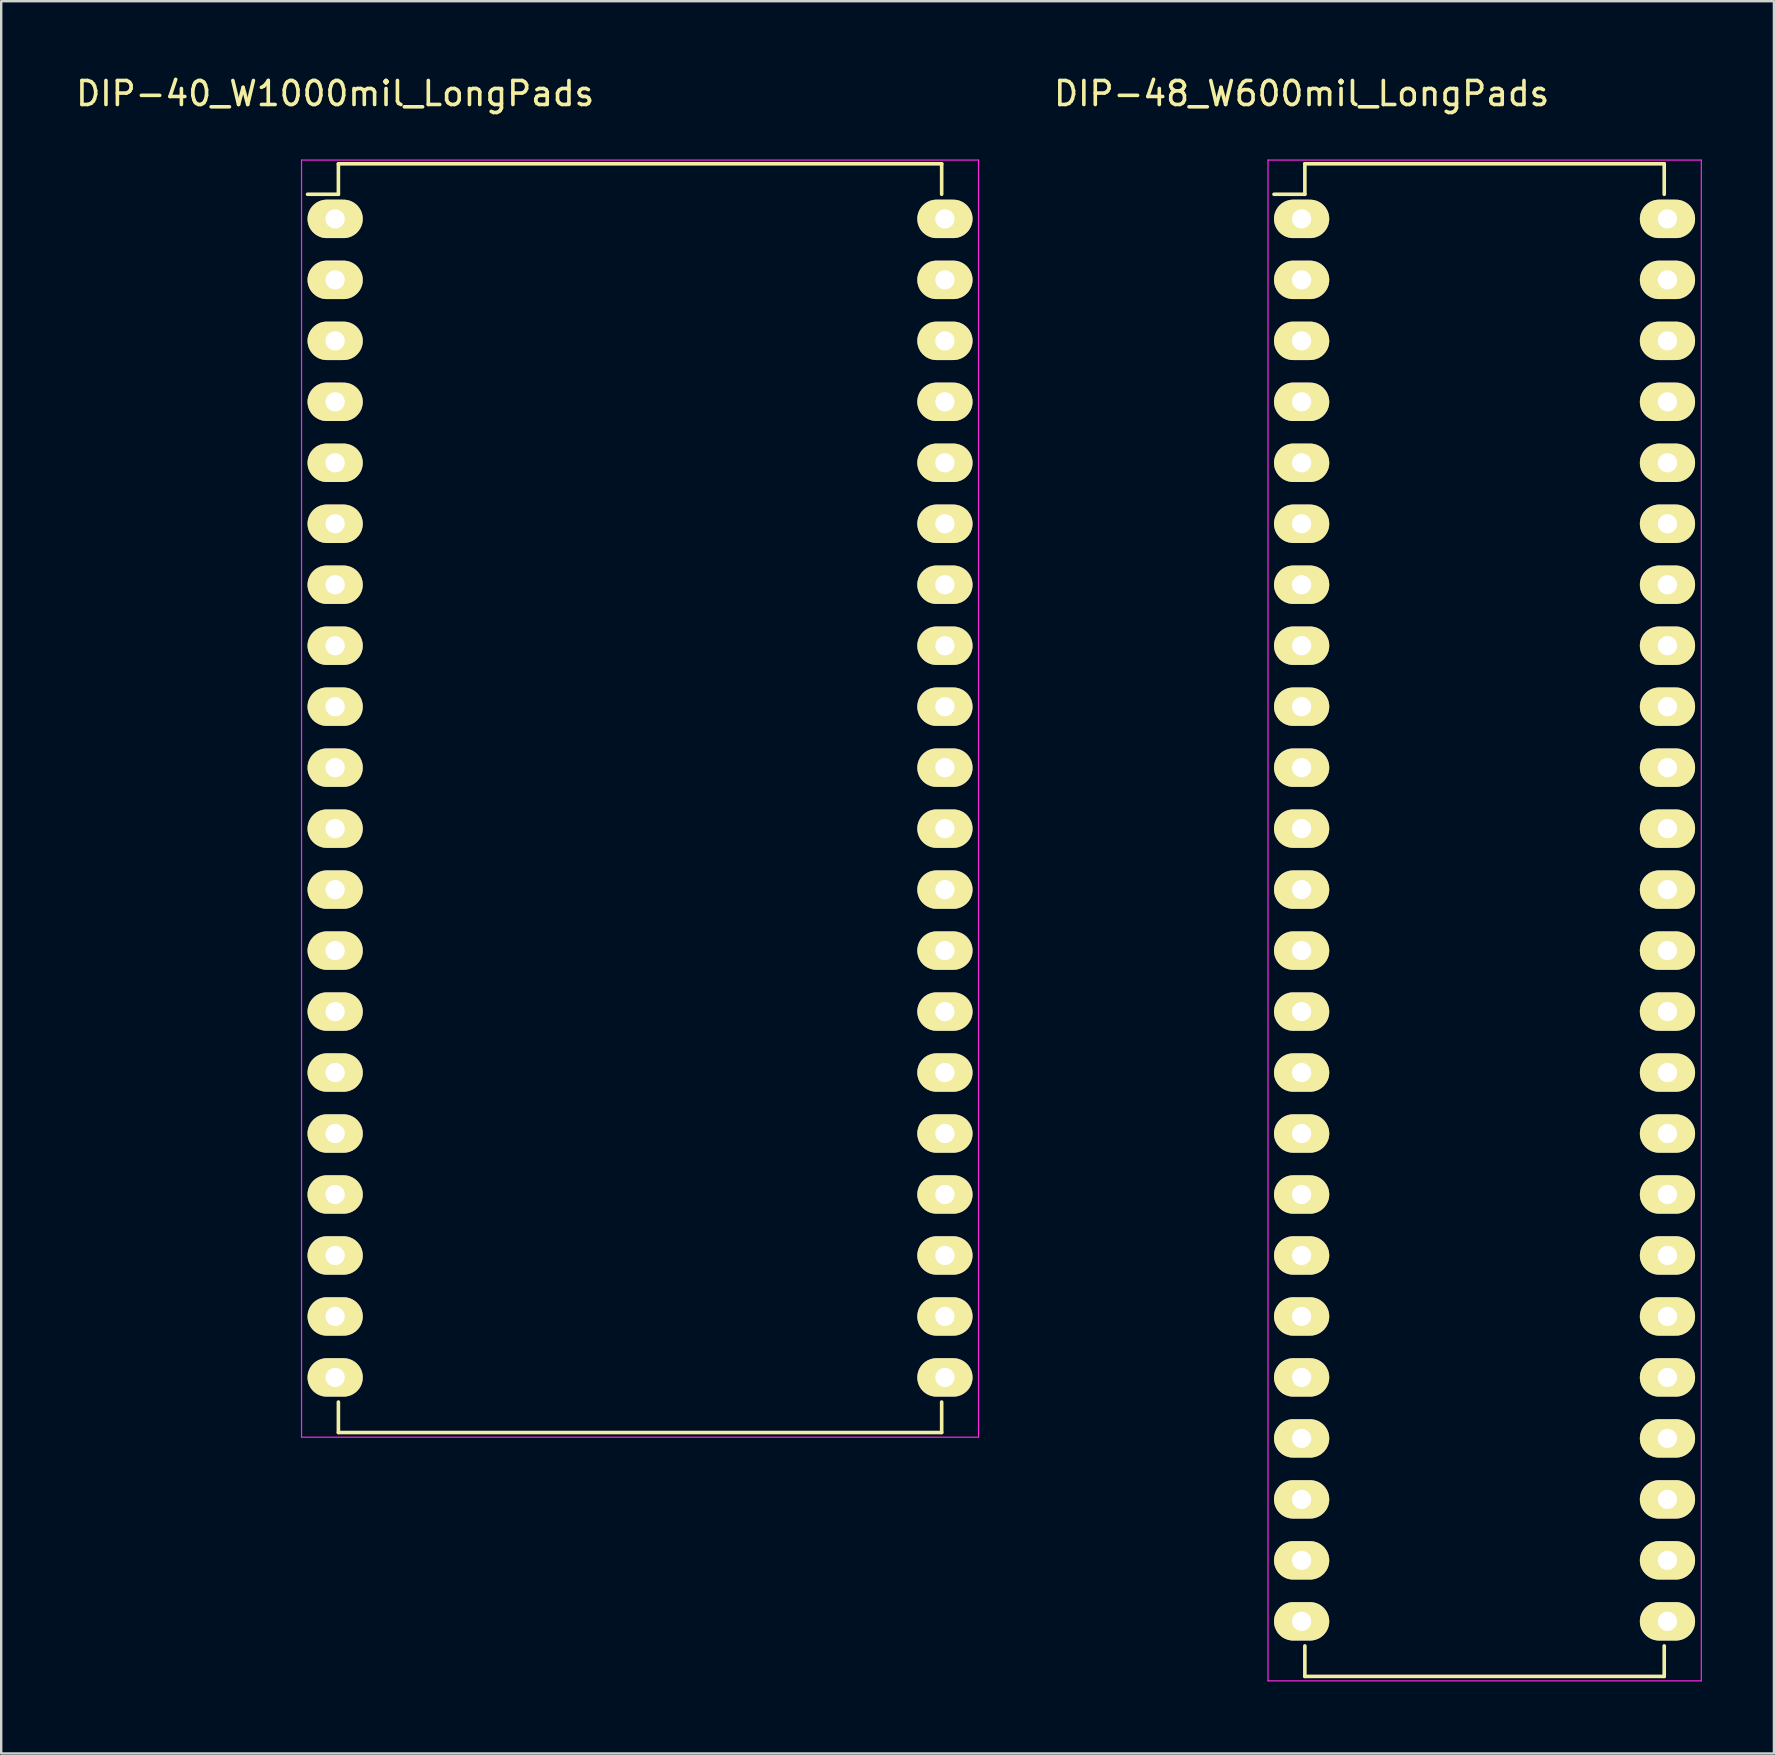
<source format=kicad_pcb>
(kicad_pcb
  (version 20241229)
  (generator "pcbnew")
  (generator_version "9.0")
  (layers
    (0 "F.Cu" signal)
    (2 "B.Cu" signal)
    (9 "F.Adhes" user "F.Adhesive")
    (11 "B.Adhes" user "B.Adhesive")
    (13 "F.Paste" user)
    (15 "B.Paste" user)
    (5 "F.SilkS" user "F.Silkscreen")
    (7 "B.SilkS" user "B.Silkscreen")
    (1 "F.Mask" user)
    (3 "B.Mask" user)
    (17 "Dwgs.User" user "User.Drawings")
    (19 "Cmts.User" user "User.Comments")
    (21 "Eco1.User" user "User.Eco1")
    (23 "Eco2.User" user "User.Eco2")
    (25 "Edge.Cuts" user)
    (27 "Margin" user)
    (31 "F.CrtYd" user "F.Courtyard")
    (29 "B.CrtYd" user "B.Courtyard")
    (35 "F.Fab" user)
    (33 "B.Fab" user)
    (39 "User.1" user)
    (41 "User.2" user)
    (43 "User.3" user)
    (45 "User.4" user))
  (footprint "DIP-40_W1000mil_LongPads"
    (layer "F.Cu")
    (at 10.911 6.068)
    (property "Reference" "DIP-40_W1000mil_LongPads" (at 0 -5.22 0) (layer "F.SilkS") (effects (font (size 1 1) (thickness 0.15))))
    (attr through_hole)
    (fp_line (start 0.135 -2.295) (end 0.135 -1.025) (stroke (width 0.15) (type solid)) (layer "F.SilkS"))
    (fp_line (start 0.135 -2.295) (end 25.265 -2.295) (stroke (width 0.15) (type solid)) (layer "F.SilkS"))
    (fp_line (start 0.135 -1.025) (end -1.15 -1.025) (stroke (width 0.15) (type solid)) (layer "F.SilkS"))
    (fp_line (start 0.135 50.555) (end 0.135 49.285) (stroke (width 0.15) (type solid)) (layer "F.SilkS"))
    (fp_line (start 0.135 50.555) (end 25.265 50.555) (stroke (width 0.15) (type solid)) (layer "F.SilkS"))
    (fp_line (start 25.265 -2.295) (end 25.265 -1.025) (stroke (width 0.15) (type solid)) (layer "F.SilkS"))
    (fp_line (start 25.265 50.555) (end 25.265 49.285) (stroke (width 0.15) (type solid)) (layer "F.SilkS"))
    (fp_line (start -1.4 -2.45) (end -1.4 50.75) (stroke (width 0.05) (type solid)) (layer "F.CrtYd"))
    (fp_line (start -1.4 -2.45) (end 26.8 -2.45) (stroke (width 0.05) (type solid)) (layer "F.CrtYd"))
    (fp_line (start -1.4 50.75) (end 26.8 50.75) (stroke (width 0.05) (type solid)) (layer "F.CrtYd"))
    (fp_line (start 26.8 -2.45) (end 26.8 50.75) (stroke (width 0.05) (type solid)) (layer "F.CrtYd"))
    (pad "1" thru_hole oval (at 0 0) (size 2.3 1.6) (drill 0.8) (layers "*.Cu" "*.Mask" "F.SilkS"))
    (pad "2" thru_hole oval (at 0 2.54) (size 2.3 1.6) (drill 0.8) (layers "*.Cu" "*.Mask" "F.SilkS"))
    (pad "3" thru_hole oval (at 0 5.08) (size 2.3 1.6) (drill 0.8) (layers "*.Cu" "*.Mask" "F.SilkS"))
    (pad "4" thru_hole oval (at 0 7.62) (size 2.3 1.6) (drill 0.8) (layers "*.Cu" "*.Mask" "F.SilkS"))
    (pad "5" thru_hole oval (at 0 10.16) (size 2.3 1.6) (drill 0.8) (layers "*.Cu" "*.Mask" "F.SilkS"))
    (pad "6" thru_hole oval (at 0 12.7) (size 2.3 1.6) (drill 0.8) (layers "*.Cu" "*.Mask" "F.SilkS"))
    (pad "7" thru_hole oval (at 0 15.24) (size 2.3 1.6) (drill 0.8) (layers "*.Cu" "*.Mask" "F.SilkS"))
    (pad "8" thru_hole oval (at 0 17.78) (size 2.3 1.6) (drill 0.8) (layers "*.Cu" "*.Mask" "F.SilkS"))
    (pad "9" thru_hole oval (at 0 20.32) (size 2.3 1.6) (drill 0.8) (layers "*.Cu" "*.Mask" "F.SilkS"))
    (pad "10" thru_hole oval (at 0 22.86) (size 2.3 1.6) (drill 0.8) (layers "*.Cu" "*.Mask" "F.SilkS"))
    (pad "11" thru_hole oval (at 0 25.4) (size 2.3 1.6) (drill 0.8) (layers "*.Cu" "*.Mask" "F.SilkS"))
    (pad "12" thru_hole oval (at 0 27.94) (size 2.3 1.6) (drill 0.8) (layers "*.Cu" "*.Mask" "F.SilkS"))
    (pad "13" thru_hole oval (at 0 30.48) (size 2.3 1.6) (drill 0.8) (layers "*.Cu" "*.Mask" "F.SilkS"))
    (pad "14" thru_hole oval (at 0 33.02) (size 2.3 1.6) (drill 0.8) (layers "*.Cu" "*.Mask" "F.SilkS"))
    (pad "15" thru_hole oval (at 0 35.56) (size 2.3 1.6) (drill 0.8) (layers "*.Cu" "*.Mask" "F.SilkS"))
    (pad "16" thru_hole oval (at 0 38.1) (size 2.3 1.6) (drill 0.8) (layers "*.Cu" "*.Mask" "F.SilkS"))
    (pad "17" thru_hole oval (at 0 40.64) (size 2.3 1.6) (drill 0.8) (layers "*.Cu" "*.Mask" "F.SilkS"))
    (pad "18" thru_hole oval (at 0 43.18) (size 2.3 1.6) (drill 0.8) (layers "*.Cu" "*.Mask" "F.SilkS"))
    (pad "19" thru_hole oval (at 0 45.72) (size 2.3 1.6) (drill 0.8) (layers "*.Cu" "*.Mask" "F.SilkS"))
    (pad "20" thru_hole oval (at 0 48.26) (size 2.3 1.6) (drill 0.8) (layers "*.Cu" "*.Mask" "F.SilkS"))
    (pad "21" thru_hole oval (at 25.4 48.26) (size 2.3 1.6) (drill 0.8) (layers "*.Cu" "*.Mask" "F.SilkS"))
    (pad "22" thru_hole oval (at 25.4 45.72) (size 2.3 1.6) (drill 0.8) (layers "*.Cu" "*.Mask" "F.SilkS"))
    (pad "23" thru_hole oval (at 25.4 43.18) (size 2.3 1.6) (drill 0.8) (layers "*.Cu" "*.Mask" "F.SilkS"))
    (pad "24" thru_hole oval (at 25.4 40.64) (size 2.3 1.6) (drill 0.8) (layers "*.Cu" "*.Mask" "F.SilkS"))
    (pad "25" thru_hole oval (at 25.4 38.1) (size 2.3 1.6) (drill 0.8) (layers "*.Cu" "*.Mask" "F.SilkS"))
    (pad "26" thru_hole oval (at 25.4 35.56) (size 2.3 1.6) (drill 0.8) (layers "*.Cu" "*.Mask" "F.SilkS"))
    (pad "27" thru_hole oval (at 25.4 33.02) (size 2.3 1.6) (drill 0.8) (layers "*.Cu" "*.Mask" "F.SilkS"))
    (pad "28" thru_hole oval (at 25.4 30.48) (size 2.3 1.6) (drill 0.8) (layers "*.Cu" "*.Mask" "F.SilkS"))
    (pad "29" thru_hole oval (at 25.4 27.94) (size 2.3 1.6) (drill 0.8) (layers "*.Cu" "*.Mask" "F.SilkS"))
    (pad "30" thru_hole oval (at 25.4 25.4) (size 2.3 1.6) (drill 0.8) (layers "*.Cu" "*.Mask" "F.SilkS"))
    (pad "31" thru_hole oval (at 25.4 22.86) (size 2.3 1.6) (drill 0.8) (layers "*.Cu" "*.Mask" "F.SilkS"))
    (pad "32" thru_hole oval (at 25.4 20.32) (size 2.3 1.6) (drill 0.8) (layers "*.Cu" "*.Mask" "F.SilkS"))
    (pad "33" thru_hole oval (at 25.4 17.78) (size 2.3 1.6) (drill 0.8) (layers "*.Cu" "*.Mask" "F.SilkS"))
    (pad "34" thru_hole oval (at 25.4 15.24) (size 2.3 1.6) (drill 0.8) (layers "*.Cu" "*.Mask" "F.SilkS"))
    (pad "35" thru_hole oval (at 25.4 12.7) (size 2.3 1.6) (drill 0.8) (layers "*.Cu" "*.Mask" "F.SilkS"))
    (pad "36" thru_hole oval (at 25.4 10.16) (size 2.3 1.6) (drill 0.8) (layers "*.Cu" "*.Mask" "F.SilkS"))
    (pad "37" thru_hole oval (at 25.4 7.62) (size 2.3 1.6) (drill 0.8) (layers "*.Cu" "*.Mask" "F.SilkS"))
    (pad "38" thru_hole oval (at 25.4 5.08) (size 2.3 1.6) (drill 0.8) (layers "*.Cu" "*.Mask" "F.SilkS"))
    (pad "39" thru_hole oval (at 25.4 2.54) (size 2.3 1.6) (drill 0.8) (layers "*.Cu" "*.Mask" "F.SilkS"))
    (pad "40" thru_hole oval (at 25.4 0) (size 2.3 1.6) (drill 0.8) (layers "*.Cu" "*.Mask" "F.SilkS")))
  (footprint "DIP-48_W600mil_LongPads"
    (layer "F.Cu")
    (at 51.17 6.068)
    (property "Reference" "DIP-48_W600mil_LongPads" (at 0 -5.22 0) (layer "F.SilkS") (effects (font (size 1 1) (thickness 0.15))))
    (attr through_hole)
    (fp_line (start 0.135 -2.295) (end 0.135 -1.025) (stroke (width 0.15) (type solid)) (layer "F.SilkS"))
    (fp_line (start 0.135 -2.295) (end 15.105 -2.295) (stroke (width 0.15) (type solid)) (layer "F.SilkS"))
    (fp_line (start 0.135 -1.025) (end -1.15 -1.025) (stroke (width 0.15) (type solid)) (layer "F.SilkS"))
    (fp_line (start 0.135 60.715) (end 0.135 59.445) (stroke (width 0.15) (type solid)) (layer "F.SilkS"))
    (fp_line (start 0.135 60.715) (end 15.105 60.715) (stroke (width 0.15) (type solid)) (layer "F.SilkS"))
    (fp_line (start 15.105 -2.295) (end 15.105 -1.025) (stroke (width 0.15) (type solid)) (layer "F.SilkS"))
    (fp_line (start 15.105 60.715) (end 15.105 59.445) (stroke (width 0.15) (type solid)) (layer "F.SilkS"))
    (fp_line (start -1.4 -2.45) (end -1.4 60.9) (stroke (width 0.05) (type solid)) (layer "F.CrtYd"))
    (fp_line (start -1.4 -2.45) (end 16.65 -2.45) (stroke (width 0.05) (type solid)) (layer "F.CrtYd"))
    (fp_line (start -1.4 60.9) (end 16.65 60.9) (stroke (width 0.05) (type solid)) (layer "F.CrtYd"))
    (fp_line (start 16.65 -2.45) (end 16.65 60.9) (stroke (width 0.05) (type solid)) (layer "F.CrtYd"))
    (pad "1" thru_hole oval (at 0 0) (size 2.3 1.6) (drill 0.8) (layers "*.Cu" "*.Mask" "F.SilkS"))
    (pad "2" thru_hole oval (at 0 2.54) (size 2.3 1.6) (drill 0.8) (layers "*.Cu" "*.Mask" "F.SilkS"))
    (pad "3" thru_hole oval (at 0 5.08) (size 2.3 1.6) (drill 0.8) (layers "*.Cu" "*.Mask" "F.SilkS"))
    (pad "4" thru_hole oval (at 0 7.62) (size 2.3 1.6) (drill 0.8) (layers "*.Cu" "*.Mask" "F.SilkS"))
    (pad "5" thru_hole oval (at 0 10.16) (size 2.3 1.6) (drill 0.8) (layers "*.Cu" "*.Mask" "F.SilkS"))
    (pad "6" thru_hole oval (at 0 12.7) (size 2.3 1.6) (drill 0.8) (layers "*.Cu" "*.Mask" "F.SilkS"))
    (pad "7" thru_hole oval (at 0 15.24) (size 2.3 1.6) (drill 0.8) (layers "*.Cu" "*.Mask" "F.SilkS"))
    (pad "8" thru_hole oval (at 0 17.78) (size 2.3 1.6) (drill 0.8) (layers "*.Cu" "*.Mask" "F.SilkS"))
    (pad "9" thru_hole oval (at 0 20.32) (size 2.3 1.6) (drill 0.8) (layers "*.Cu" "*.Mask" "F.SilkS"))
    (pad "10" thru_hole oval (at 0 22.86) (size 2.3 1.6) (drill 0.8) (layers "*.Cu" "*.Mask" "F.SilkS"))
    (pad "11" thru_hole oval (at 0 25.4) (size 2.3 1.6) (drill 0.8) (layers "*.Cu" "*.Mask" "F.SilkS"))
    (pad "12" thru_hole oval (at 0 27.94) (size 2.3 1.6) (drill 0.8) (layers "*.Cu" "*.Mask" "F.SilkS"))
    (pad "13" thru_hole oval (at 0 30.48) (size 2.3 1.6) (drill 0.8) (layers "*.Cu" "*.Mask" "F.SilkS"))
    (pad "14" thru_hole oval (at 0 33.02) (size 2.3 1.6) (drill 0.8) (layers "*.Cu" "*.Mask" "F.SilkS"))
    (pad "15" thru_hole oval (at 0 35.56) (size 2.3 1.6) (drill 0.8) (layers "*.Cu" "*.Mask" "F.SilkS"))
    (pad "16" thru_hole oval (at 0 38.1) (size 2.3 1.6) (drill 0.8) (layers "*.Cu" "*.Mask" "F.SilkS"))
    (pad "17" thru_hole oval (at 0 40.64) (size 2.3 1.6) (drill 0.8) (layers "*.Cu" "*.Mask" "F.SilkS"))
    (pad "18" thru_hole oval (at 0 43.18) (size 2.3 1.6) (drill 0.8) (layers "*.Cu" "*.Mask" "F.SilkS"))
    (pad "19" thru_hole oval (at 0 45.72) (size 2.3 1.6) (drill 0.8) (layers "*.Cu" "*.Mask" "F.SilkS"))
    (pad "20" thru_hole oval (at 0 48.26) (size 2.3 1.6) (drill 0.8) (layers "*.Cu" "*.Mask" "F.SilkS"))
    (pad "21" thru_hole oval (at 0 50.8) (size 2.3 1.6) (drill 0.8) (layers "*.Cu" "*.Mask" "F.SilkS"))
    (pad "22" thru_hole oval (at 0 53.34) (size 2.3 1.6) (drill 0.8) (layers "*.Cu" "*.Mask" "F.SilkS"))
    (pad "23" thru_hole oval (at 0 55.88) (size 2.3 1.6) (drill 0.8) (layers "*.Cu" "*.Mask" "F.SilkS"))
    (pad "24" thru_hole oval (at 0 58.42) (size 2.3 1.6) (drill 0.8) (layers "*.Cu" "*.Mask" "F.SilkS"))
    (pad "25" thru_hole oval (at 15.24 58.42) (size 2.3 1.6) (drill 0.8) (layers "*.Cu" "*.Mask" "F.SilkS"))
    (pad "26" thru_hole oval (at 15.24 55.88) (size 2.3 1.6) (drill 0.8) (layers "*.Cu" "*.Mask" "F.SilkS"))
    (pad "27" thru_hole oval (at 15.24 53.34) (size 2.3 1.6) (drill 0.8) (layers "*.Cu" "*.Mask" "F.SilkS"))
    (pad "28" thru_hole oval (at 15.24 50.8) (size 2.3 1.6) (drill 0.8) (layers "*.Cu" "*.Mask" "F.SilkS"))
    (pad "29" thru_hole oval (at 15.24 48.26) (size 2.3 1.6) (drill 0.8) (layers "*.Cu" "*.Mask" "F.SilkS"))
    (pad "30" thru_hole oval (at 15.24 45.72) (size 2.3 1.6) (drill 0.8) (layers "*.Cu" "*.Mask" "F.SilkS"))
    (pad "31" thru_hole oval (at 15.24 43.18) (size 2.3 1.6) (drill 0.8) (layers "*.Cu" "*.Mask" "F.SilkS"))
    (pad "32" thru_hole oval (at 15.24 40.64) (size 2.3 1.6) (drill 0.8) (layers "*.Cu" "*.Mask" "F.SilkS"))
    (pad "33" thru_hole oval (at 15.24 38.1) (size 2.3 1.6) (drill 0.8) (layers "*.Cu" "*.Mask" "F.SilkS"))
    (pad "34" thru_hole oval (at 15.24 35.56) (size 2.3 1.6) (drill 0.8) (layers "*.Cu" "*.Mask" "F.SilkS"))
    (pad "35" thru_hole oval (at 15.24 33.02) (size 2.3 1.6) (drill 0.8) (layers "*.Cu" "*.Mask" "F.SilkS"))
    (pad "36" thru_hole oval (at 15.24 30.48) (size 2.3 1.6) (drill 0.8) (layers "*.Cu" "*.Mask" "F.SilkS"))
    (pad "37" thru_hole oval (at 15.24 27.94) (size 2.3 1.6) (drill 0.8) (layers "*.Cu" "*.Mask" "F.SilkS"))
    (pad "38" thru_hole oval (at 15.24 25.4) (size 2.3 1.6) (drill 0.8) (layers "*.Cu" "*.Mask" "F.SilkS"))
    (pad "39" thru_hole oval (at 15.24 22.86) (size 2.3 1.6) (drill 0.8) (layers "*.Cu" "*.Mask" "F.SilkS"))
    (pad "40" thru_hole oval (at 15.24 20.32) (size 2.3 1.6) (drill 0.8) (layers "*.Cu" "*.Mask" "F.SilkS"))
    (pad "41" thru_hole oval (at 15.24 17.78) (size 2.3 1.6) (drill 0.8) (layers "*.Cu" "*.Mask" "F.SilkS"))
    (pad "42" thru_hole oval (at 15.24 15.24) (size 2.3 1.6) (drill 0.8) (layers "*.Cu" "*.Mask" "F.SilkS"))
    (pad "43" thru_hole oval (at 15.24 12.7) (size 2.3 1.6) (drill 0.8) (layers "*.Cu" "*.Mask" "F.SilkS"))
    (pad "44" thru_hole oval (at 15.24 10.16) (size 2.3 1.6) (drill 0.8) (layers "*.Cu" "*.Mask" "F.SilkS"))
    (pad "45" thru_hole oval (at 15.24 7.62) (size 2.3 1.6) (drill 0.8) (layers "*.Cu" "*.Mask" "F.SilkS"))
    (pad "46" thru_hole oval (at 15.24 5.08) (size 2.3 1.6) (drill 0.8) (layers "*.Cu" "*.Mask" "F.SilkS"))
    (pad "47" thru_hole oval (at 15.24 2.54) (size 2.3 1.6) (drill 0.8) (layers "*.Cu" "*.Mask" "F.SilkS"))
    (pad "48" thru_hole oval (at 15.24 0) (size 2.3 1.6) (drill 0.8) (layers "*.Cu" "*.Mask" "F.SilkS")))
  (gr_rect
    (start -3 -3)
    (end 70.845 69.993)
    (stroke (width 0.1) (type default))
    (fill no)
    (layer "Edge.Cuts")))
</source>
